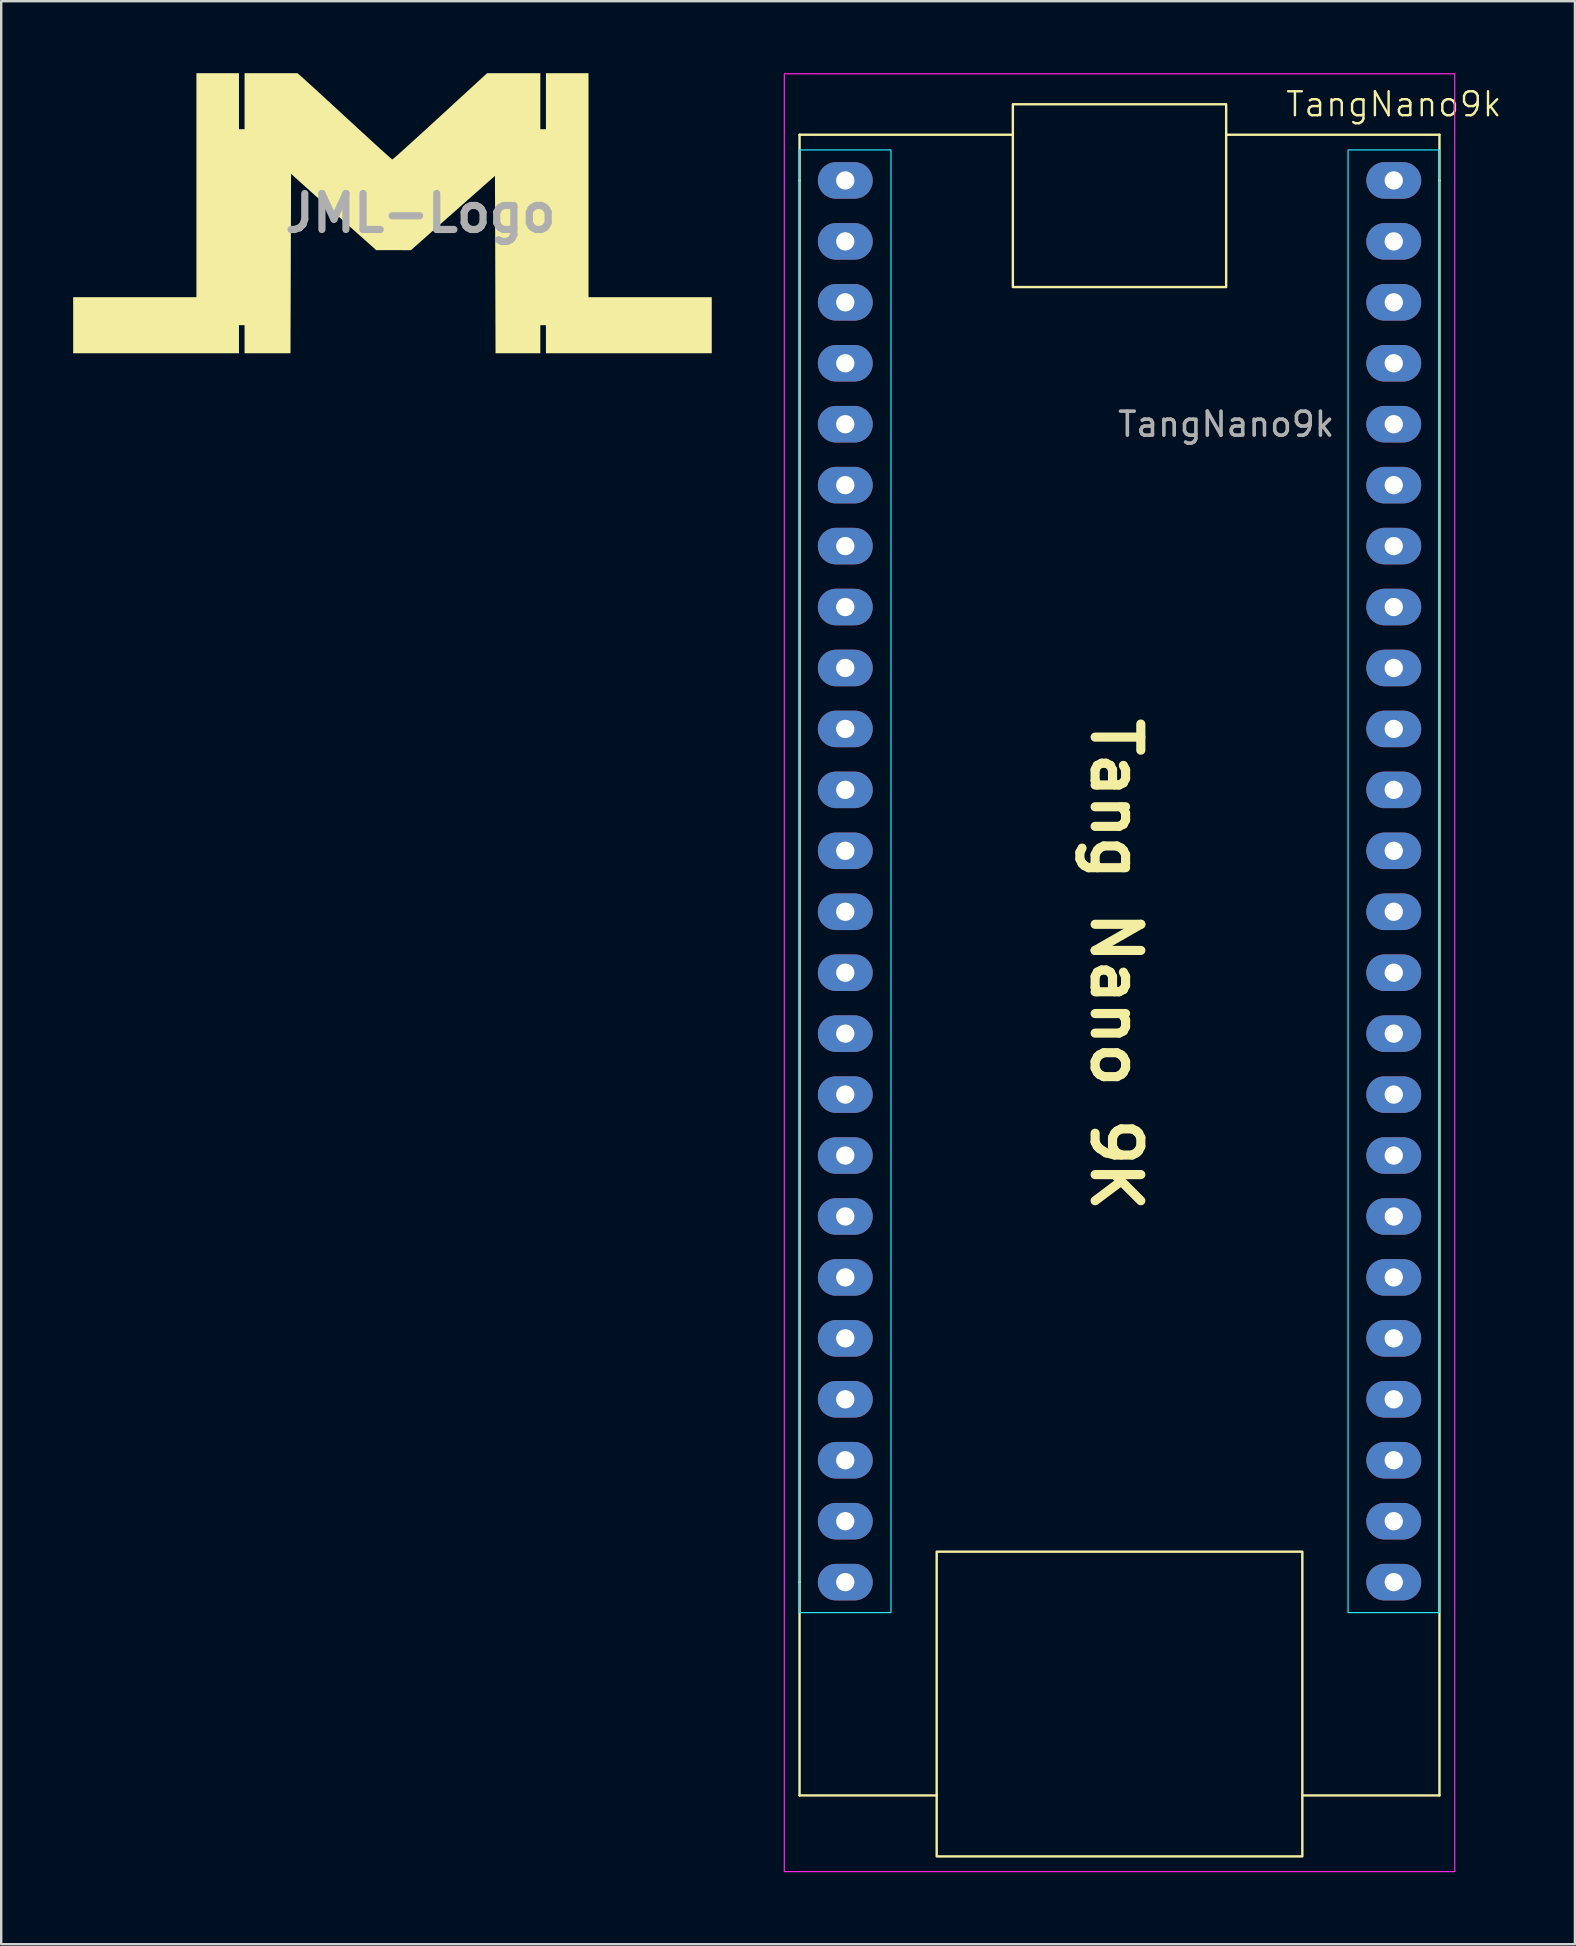
<source format=kicad_pcb>
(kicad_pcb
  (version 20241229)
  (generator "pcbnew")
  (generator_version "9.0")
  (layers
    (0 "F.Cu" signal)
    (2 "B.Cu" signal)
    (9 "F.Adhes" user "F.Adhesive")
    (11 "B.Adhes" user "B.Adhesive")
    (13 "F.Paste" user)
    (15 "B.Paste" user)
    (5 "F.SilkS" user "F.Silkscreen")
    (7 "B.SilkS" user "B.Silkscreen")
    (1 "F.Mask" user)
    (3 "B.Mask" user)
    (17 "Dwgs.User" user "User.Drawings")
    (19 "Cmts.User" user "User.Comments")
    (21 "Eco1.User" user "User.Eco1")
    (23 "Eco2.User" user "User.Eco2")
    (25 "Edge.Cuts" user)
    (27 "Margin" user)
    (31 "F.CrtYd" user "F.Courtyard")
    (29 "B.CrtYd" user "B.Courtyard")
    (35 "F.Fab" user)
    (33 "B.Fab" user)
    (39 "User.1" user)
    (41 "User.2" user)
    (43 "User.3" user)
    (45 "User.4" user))
  (footprint "TangNano9k"
    (layer "F.Cu")
    (at 42.339 34.95)
    (property "Reference" "TangNano9k" (at 12.7 -33.655 0) (unlocked yes) (layer "F.SilkS") (effects (font (size 1 1) (thickness 0.1))))
    (attr through_hole)
    (fp_line (start -12.065 -32.385) (end -12.065 -30.48) (stroke (width 0.1) (type default)) (layer "F.SilkS"))
    (fp_line (start -12.065 -32.385) (end -3.175 -32.385) (stroke (width 0.1) (type default)) (layer "F.SilkS"))
    (fp_line (start -12.065 -30.48) (end -12.065 27.94) (stroke (width 0.1) (type default)) (layer "F.SilkS"))
    (fp_line (start -12.065 27.94) (end -12.065 36.83) (stroke (width 0.1) (type default)) (layer "F.SilkS"))
    (fp_line (start -12.065 36.83) (end -6.35 36.83) (stroke (width 0.1) (type default)) (layer "F.SilkS"))
    (fp_line (start 14.605 -32.385) (end 5.715 -32.385) (stroke (width 0.1) (type default)) (layer "F.SilkS"))
    (fp_line (start 14.605 -30.48) (end 14.605 -32.385) (stroke (width 0.1) (type default)) (layer "F.SilkS"))
    (fp_line (start 14.605 36.83) (end 8.89 36.83) (stroke (width 0.1) (type default)) (layer "F.SilkS"))
    (fp_line (start 14.605 36.83) (end 14.605 -30.48) (stroke (width 0.1) (type default)) (layer "F.SilkS"))
    (fp_rect (start -3.175 -33.655) (end 5.715 -26.035) (stroke (width 0.1) (type default)) (fill no) (layer "F.SilkS"))
    (fp_rect (start 8.89 39.37) (end -6.35 26.67) (stroke (width 0.1) (type default)) (fill no) (layer "F.SilkS"))
    (fp_rect (start -12.065 -31.75) (end -8.255 29.21) (stroke (width 0.05) (type default)) (fill no) (layer "B.CrtYd"))
    (fp_rect (start 10.795 29.21) (end 14.605 -31.75) (stroke (width 0.05) (type default)) (fill no) (layer "B.CrtYd"))
    (fp_rect (start -12.7 -34.925) (end 15.24 40.005) (stroke (width 0.05) (type default)) (fill no) (layer "F.CrtYd"))
    (fp_text user "Tang Nano 9K" (at 0 -8.255 270) (unlocked yes) (layer "F.SilkS") (effects (font (size 1.905 1.905) (thickness 0.381) (bold yes)) (justify left bottom)))
    (fp_text user "${REFERENCE}" (at 5.715 -20.32 0) (unlocked yes) (layer "F.Fab") (effects (font (size 1 1) (thickness 0.15))))
    (pad "1" thru_hole oval (at -10.16 -30.48) (size 2.286 1.524) (drill 0.762) (layers "*.Cu" "*.Mask"))
    (pad "2" thru_hole oval (at -10.16 -27.94) (size 2.286 1.524) (drill 0.762) (layers "*.Cu" "*.Mask"))
    (pad "3" thru_hole oval (at -10.16 -25.4) (size 2.286 1.524) (drill 0.762) (layers "*.Cu" "*.Mask"))
    (pad "4" thru_hole oval (at -10.16 -22.86) (size 2.286 1.524) (drill 0.762) (layers "*.Cu" "*.Mask"))
    (pad "5" thru_hole oval (at -10.16 -20.32) (size 2.286 1.524) (drill 0.762) (layers "*.Cu" "*.Mask"))
    (pad "6" thru_hole oval (at -10.16 -17.78) (size 2.286 1.524) (drill 0.762) (layers "*.Cu" "*.Mask"))
    (pad "7" thru_hole oval (at -10.16 -15.24) (size 2.286 1.524) (drill 0.762) (layers "*.Cu" "*.Mask"))
    (pad "8" thru_hole oval (at -10.16 -12.7) (size 2.286 1.524) (drill 0.762) (layers "*.Cu" "*.Mask"))
    (pad "9" thru_hole oval (at -10.16 -10.16) (size 2.286 1.524) (drill 0.762) (layers "*.Cu" "*.Mask"))
    (pad "10" thru_hole oval (at -10.16 -7.62) (size 2.286 1.524) (drill 0.762) (layers "*.Cu" "*.Mask"))
    (pad "11" thru_hole oval (at -10.16 -5.08) (size 2.286 1.524) (drill 0.762) (layers "*.Cu" "*.Mask"))
    (pad "12" thru_hole oval (at -10.16 -2.54) (size 2.286 1.524) (drill 0.762) (layers "*.Cu" "*.Mask"))
    (pad "13" thru_hole oval (at -10.16 0) (size 2.286 1.524) (drill 0.762) (layers "*.Cu" "*.Mask"))
    (pad "14" thru_hole oval (at -10.16 2.54) (size 2.286 1.524) (drill 0.762) (layers "*.Cu" "*.Mask"))
    (pad "15" thru_hole oval (at -10.16 5.08) (size 2.286 1.524) (drill 0.762) (layers "*.Cu" "*.Mask"))
    (pad "16" thru_hole oval (at -10.16 7.62) (size 2.286 1.524) (drill 0.762) (layers "*.Cu" "*.Mask"))
    (pad "17" thru_hole oval (at -10.16 10.16) (size 2.286 1.524) (drill 0.762) (layers "*.Cu" "*.Mask"))
    (pad "18" thru_hole oval (at -10.16 12.7) (size 2.286 1.524) (drill 0.762) (layers "*.Cu" "*.Mask"))
    (pad "19" thru_hole oval (at -10.16 15.24) (size 2.286 1.524) (drill 0.762) (layers "*.Cu" "*.Mask"))
    (pad "20" thru_hole oval (at -10.16 17.78) (size 2.286 1.524) (drill 0.762) (layers "*.Cu" "*.Mask"))
    (pad "21" thru_hole oval (at -10.16 20.32) (size 2.286 1.524) (drill 0.762) (layers "*.Cu" "*.Mask"))
    (pad "22" thru_hole oval (at -10.16 22.86) (size 2.286 1.524) (drill 0.762) (layers "*.Cu" "*.Mask"))
    (pad "23" thru_hole oval (at -10.16 25.4) (size 2.286 1.524) (drill 0.762) (layers "*.Cu" "*.Mask"))
    (pad "24" thru_hole oval (at -10.16 27.94) (size 2.286 1.524) (drill 0.762) (layers "*.Cu" "*.Mask"))
    (pad "25" thru_hole oval (at 12.7 27.94) (size 2.286 1.524) (drill 0.762) (layers "*.Cu" "*.Mask"))
    (pad "26" thru_hole oval (at 12.7 25.4) (size 2.286 1.524) (drill 0.762) (layers "*.Cu" "*.Mask"))
    (pad "27" thru_hole oval (at 12.7 22.86) (size 2.286 1.524) (drill 0.762) (layers "*.Cu" "*.Mask"))
    (pad "28" thru_hole oval (at 12.7 20.32) (size 2.286 1.524) (drill 0.762) (layers "*.Cu" "*.Mask"))
    (pad "29" thru_hole oval (at 12.7 17.78) (size 2.286 1.524) (drill 0.762) (layers "*.Cu" "*.Mask"))
    (pad "30" thru_hole oval (at 12.7 15.24) (size 2.286 1.524) (drill 0.762) (layers "*.Cu" "*.Mask"))
    (pad "31" thru_hole oval (at 12.7 12.7) (size 2.286 1.524) (drill 0.762) (layers "*.Cu" "*.Mask"))
    (pad "32" thru_hole oval (at 12.7 10.16) (size 2.286 1.524) (drill 0.762) (layers "*.Cu" "*.Mask"))
    (pad "33" thru_hole oval (at 12.7 7.62) (size 2.286 1.524) (drill 0.762) (layers "*.Cu" "*.Mask"))
    (pad "34" thru_hole oval (at 12.7 5.08) (size 2.286 1.524) (drill 0.762) (layers "*.Cu" "*.Mask"))
    (pad "35" thru_hole oval (at 12.7 2.54) (size 2.286 1.524) (drill 0.762) (layers "*.Cu" "*.Mask"))
    (pad "36" thru_hole oval (at 12.7 0) (size 2.286 1.524) (drill 0.762) (layers "*.Cu" "*.Mask"))
    (pad "37" thru_hole oval (at 12.7 -2.54) (size 2.286 1.524) (drill 0.762) (layers "*.Cu" "*.Mask"))
    (pad "38" thru_hole oval (at 12.7 -5.08) (size 2.286 1.524) (drill 0.762) (layers "*.Cu" "*.Mask"))
    (pad "39" thru_hole oval (at 12.7 -7.62) (size 2.286 1.524) (drill 0.762) (layers "*.Cu" "*.Mask"))
    (pad "40" thru_hole oval (at 12.7 -10.16) (size 2.286 1.524) (drill 0.762) (layers "*.Cu" "*.Mask"))
    (pad "41" thru_hole oval (at 12.7 -12.7) (size 2.286 1.524) (drill 0.762) (layers "*.Cu" "*.Mask"))
    (pad "42" thru_hole oval (at 12.7 -15.24) (size 2.286 1.524) (drill 0.762) (layers "*.Cu" "*.Mask"))
    (pad "43" thru_hole oval (at 12.7 -17.78) (size 2.286 1.524) (drill 0.762) (layers "*.Cu" "*.Mask"))
    (pad "44" thru_hole oval (at 12.7 -20.32) (size 2.286 1.524) (drill 0.762) (layers "*.Cu" "*.Mask"))
    (pad "45" thru_hole oval (at 12.7 -22.86) (size 2.286 1.524) (drill 0.762) (layers "*.Cu" "*.Mask"))
    (pad "46" thru_hole oval (at 12.7 -25.4) (size 2.286 1.524) (drill 0.762) (layers "*.Cu" "*.Mask"))
    (pad "47" thru_hole oval (at 12.7 -27.94) (size 2.286 1.524) (drill 0.762) (layers "*.Cu" "*.Mask"))
    (pad "48" thru_hole oval (at 12.7 -30.48) (size 2.286 1.524) (drill 0.762) (layers "*.Cu" "*.Mask")))
  (footprint "JML-Logo"
    (layer "F.Cu")
    (at 14.474 5.836)
    (property "Reference" "JML-Logo" (at 0 0 0) (layer "F.Fab") (effects (font (size 1.5 1.5) (thickness 0.3))))
    (attr board_only exclude_from_pos_files exclude_from_bom)
    (fp_poly (pts (xy -7.564 -4.669) (xy -7.564 -3.502) (xy -7.447 -3.502) (xy -7.331 -3.502) (xy -7.331 -4.669) (xy -7.331 -5.836) (xy -6.229 -5.836) (xy -5.128 -5.836) (xy -4.952 -5.685) (xy -4.875 -5.616) (xy -4.739 -5.492) (xy -4.554 -5.324) (xy -4.33 -5.119) (xy -4.078 -4.888) (xy -3.807 -4.639) (xy -3.684 -4.526) (xy -3.196 -4.076) (xy -2.772 -3.686) (xy -2.408 -3.352) (xy -2.101 -3.07) (xy -1.845 -2.836) (xy -1.638 -2.647) (xy -1.474 -2.5) (xy -1.35 -2.389) (xy -1.261 -2.312) (xy -1.204 -2.265) (xy -1.173 -2.243) (xy -1.168 -2.241) (xy -1.129 -2.272) (xy -1.027 -2.36) (xy -0.869 -2.501) (xy -0.662 -2.687) (xy -0.41 -2.915) (xy -0.121 -3.178) (xy 0.2 -3.47) (xy 0.545 -3.786) (xy 0.82 -4.038) (xy 2.778 -5.836) (xy 3.887 -5.836) (xy 4.996 -5.836) (xy 4.996 -4.669) (xy 4.996 -3.502) (xy 5.113 -3.502) (xy 5.229 -3.502) (xy 5.229 -4.669) (xy 5.229 -5.836) (xy 6.117 -5.836) (xy 7.004 -5.836) (xy 7.004 -1.167) (xy 7.004 3.502) (xy 9.572 3.502) (xy 12.14 3.502) (xy 12.14 4.669) (xy 12.14 5.836) (xy 8.685 5.836) (xy 5.229 5.836) (xy 5.229 5.253) (xy 5.229 4.669) (xy 5.113 4.669) (xy 4.996 4.669) (xy 4.996 5.253) (xy 4.996 5.836) (xy 4.062 5.836) (xy 3.129 5.836) (xy 3.117 2.14) (xy 3.105 -1.556) (xy 1.354 -0.008) (xy -0.397 1.541) (xy -1.12 1.54) (xy -1.844 1.54) (xy -2.616 0.851) (xy -2.872 0.624) (xy -3.176 0.351) (xy -3.509 0.053) (xy -3.851 -0.254) (xy -4.181 -0.55) (xy -4.391 -0.739) (xy -5.393 -1.64) (xy -5.405 2.098) (xy -5.417 5.836) (xy -6.374 5.836) (xy -7.331 5.836) (xy -7.331 5.253) (xy -7.331 4.669) (xy -7.447 4.669) (xy -7.564 4.669) (xy -7.564 5.253) (xy -7.564 5.836) (xy -11.019 5.836) (xy -14.474 5.836) (xy -14.474 4.669) (xy -14.474 3.502) (xy -11.906 3.502) (xy -9.338 3.502) (xy -9.338 -1.167) (xy -9.338 -5.836) (xy -8.451 -5.836) (xy -7.564 -5.836)) (stroke (width 0) (type solid)) (fill yes) (layer "F.SilkS")))
  (gr_rect
    (start -3 -3)
    (end 62.589 77.98)
    (stroke (width 0.1) (type default))
    (fill no)
    (layer "Edge.Cuts")))
</source>
